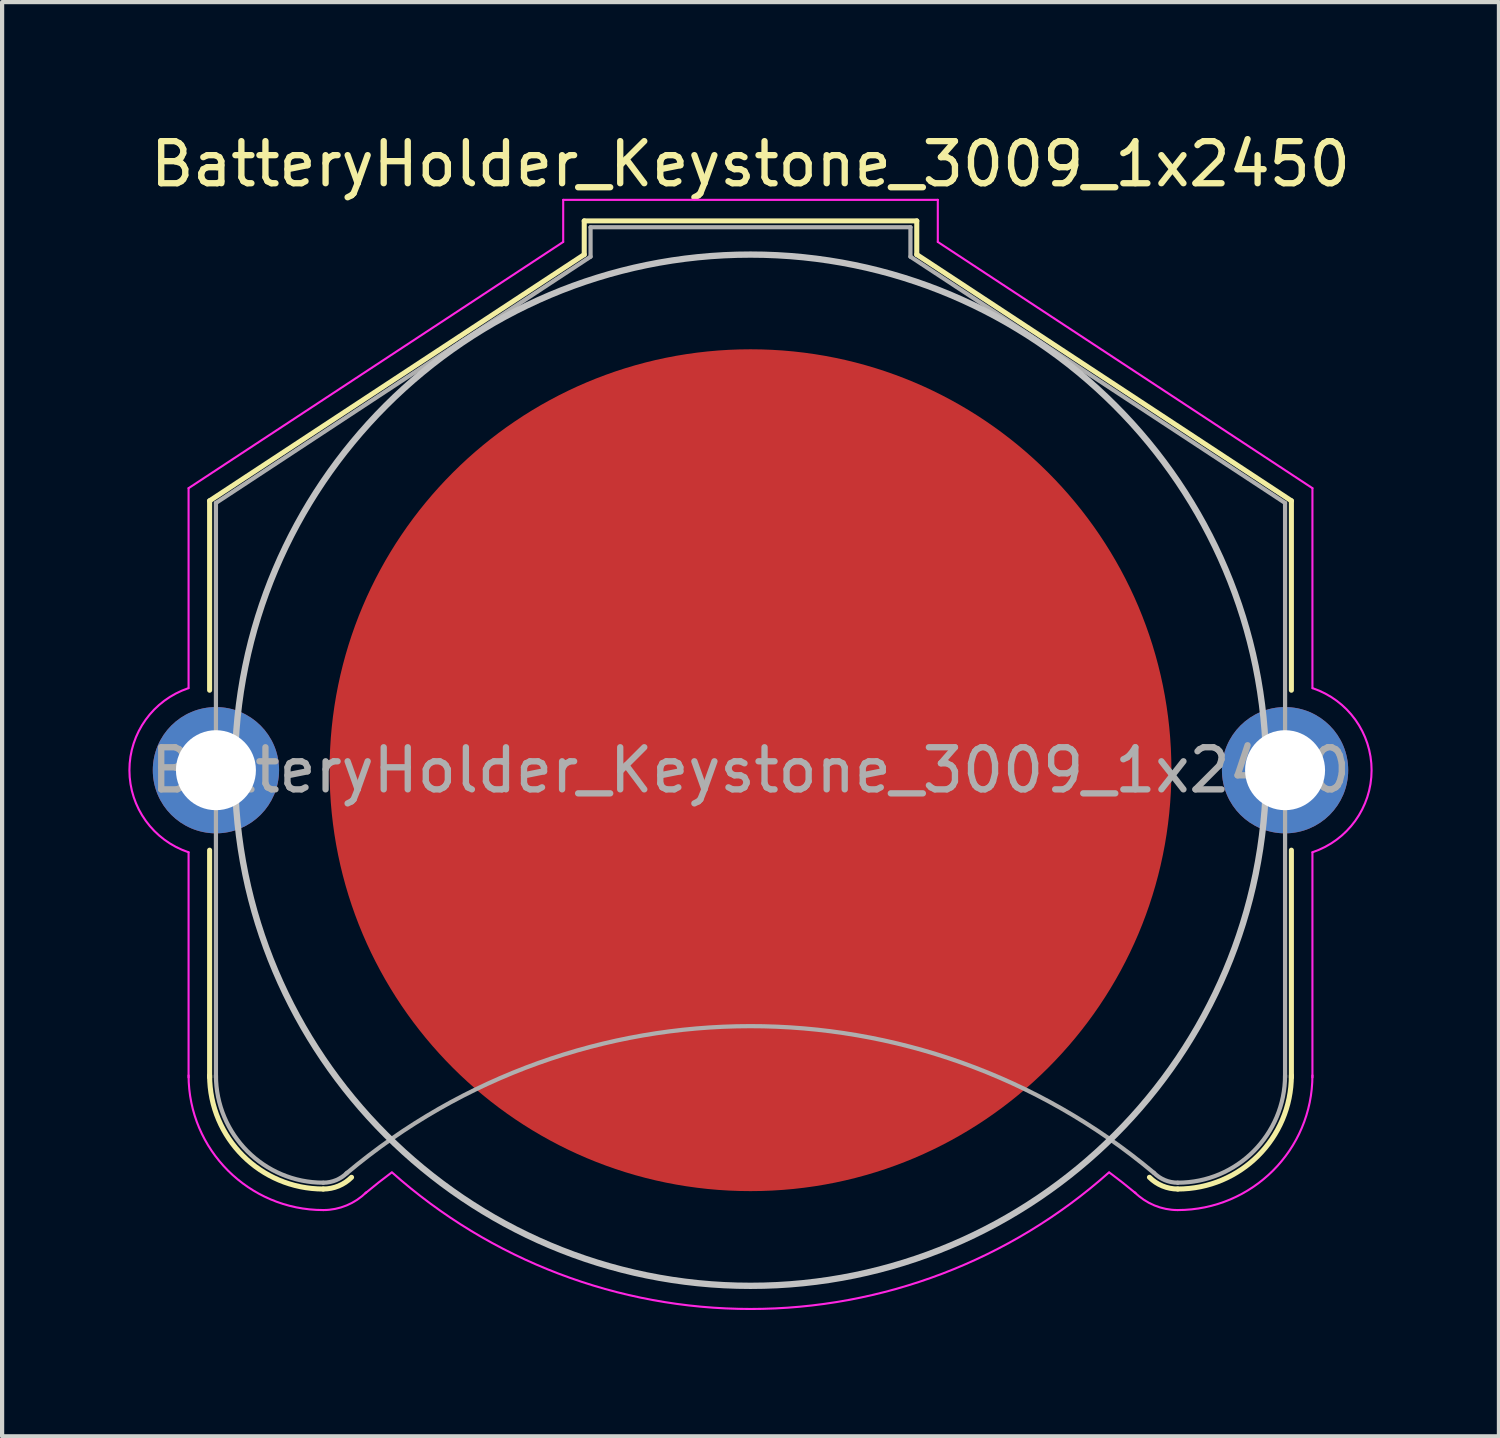
<source format=kicad_pcb>
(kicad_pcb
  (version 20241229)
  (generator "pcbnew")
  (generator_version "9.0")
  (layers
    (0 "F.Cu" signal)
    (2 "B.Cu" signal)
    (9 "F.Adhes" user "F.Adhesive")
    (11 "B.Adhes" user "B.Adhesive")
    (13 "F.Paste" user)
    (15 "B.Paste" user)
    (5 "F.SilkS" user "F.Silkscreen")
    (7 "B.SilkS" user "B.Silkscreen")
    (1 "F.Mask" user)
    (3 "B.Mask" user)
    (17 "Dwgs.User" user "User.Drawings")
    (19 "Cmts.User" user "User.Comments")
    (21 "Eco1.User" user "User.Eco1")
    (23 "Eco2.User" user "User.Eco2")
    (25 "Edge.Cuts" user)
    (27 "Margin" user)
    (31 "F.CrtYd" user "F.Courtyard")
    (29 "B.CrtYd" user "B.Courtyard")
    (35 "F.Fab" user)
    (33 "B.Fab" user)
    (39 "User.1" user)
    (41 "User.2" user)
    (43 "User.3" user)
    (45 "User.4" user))
  (footprint "BatteryHolder_Keystone_3009_1x2450"
    (layer "F.Cu")
    (at 14.78 15.248)
    (property "Reference" "BatteryHolder_Keystone_3009_1x2450" (at 0 -14.4 0) (layer "F.SilkS") (effects (font (size 1 1) (thickness 0.15))))
    (attr through_hole)
    (fp_line (start -12.85 -6.4) (end -12.85 -1.9) (stroke (width 0.12) (type solid)) (layer "F.SilkS"))
    (fp_line (start -12.85 1.9) (end -12.85 7.3) (stroke (width 0.12) (type solid)) (layer "F.SilkS"))
    (fp_line (start -3.95 -13.05) (end -3.95 -12.25) (stroke (width 0.12) (type solid)) (layer "F.SilkS"))
    (fp_line (start -3.95 -13.05) (end 3.95 -13.05) (stroke (width 0.12) (type solid)) (layer "F.SilkS"))
    (fp_line (start -3.95 -12.25) (end -12.85 -6.4) (stroke (width 0.12) (type solid)) (layer "F.SilkS"))
    (fp_line (start 3.95 -13.05) (end 3.95 -12.25) (stroke (width 0.12) (type solid)) (layer "F.SilkS"))
    (fp_line (start 3.95 -12.25) (end 12.85 -6.4) (stroke (width 0.12) (type solid)) (layer "F.SilkS"))
    (fp_line (start 12.85 -6.4) (end 12.85 -1.9) (stroke (width 0.12) (type solid)) (layer "F.SilkS"))
    (fp_line (start 12.85 1.9) (end 12.85 7.3) (stroke (width 0.12) (type solid)) (layer "F.SilkS"))
    (fp_arc (start -10.15 9.95) (mid -12.059188 9.159188) (end -12.85 7.25) (stroke (width 0.12) (type solid)) (layer "F.SilkS"))
    (fp_arc (start -9.478249 9.671751) (mid -9.786451 9.877685) (end -10.15 9.95) (stroke (width 0.12) (type solid)) (layer "F.SilkS"))
    (fp_arc (start 10.15 9.95) (mid 9.786451 9.877686) (end 9.478249 9.671751) (stroke (width 0.12) (type solid)) (layer "F.SilkS"))
    (fp_arc (start 12.85 7.25) (mid 12.059188 9.159188) (end 10.15 9.95) (stroke (width 0.12) (type solid)) (layer "F.SilkS"))
    (fp_circle (center 0 0) (end 12.25 0) (stroke (width 0.15) (type solid)) (fill no) (layer "Dwgs.User"))
    (fp_line (start -13.35 -6.7) (end -13.35 -1.95) (stroke (width 0.05) (type solid)) (layer "F.CrtYd"))
    (fp_line (start -13.35 1.95) (end -13.35 7.3) (stroke (width 0.05) (type solid)) (layer "F.CrtYd"))
    (fp_line (start -4.45 -13.55) (end -4.45 -12.55) (stroke (width 0.05) (type solid)) (layer "F.CrtYd"))
    (fp_line (start -4.45 -13.55) (end 4.45 -13.55) (stroke (width 0.05) (type solid)) (layer "F.CrtYd"))
    (fp_line (start -4.45 -12.55) (end -13.35 -6.7) (stroke (width 0.05) (type solid)) (layer "F.CrtYd"))
    (fp_line (start 4.45 -13.55) (end 4.45 -12.55) (stroke (width 0.05) (type solid)) (layer "F.CrtYd"))
    (fp_line (start 4.45 -12.55) (end 13.35 -6.7) (stroke (width 0.05) (type solid)) (layer "F.CrtYd"))
    (fp_line (start 13.35 -6.7) (end 13.35 -1.95) (stroke (width 0.05) (type solid)) (layer "F.CrtYd"))
    (fp_line (start 13.35 1.95) (end 13.35 7.3) (stroke (width 0.05) (type solid)) (layer "F.CrtYd"))
    (fp_arc (start -13.35 1.95) (mid -14.755479 0.002334) (end -13.354426 -1.948519) (stroke (width 0.05) (type solid)) (layer "F.CrtYd"))
    (fp_arc (start -10.15 10.45) (mid -12.412742 9.512742) (end -13.35 7.25) (stroke (width 0.05) (type solid)) (layer "F.CrtYd"))
    (fp_arc (start -9.15 10.05) (mid -8.840691 9.798786) (end -8.524488 9.556307) (stroke (width 0.05) (type solid)) (layer "F.CrtYd"))
    (fp_arc (start -9.124695 10.025305) (mid -9.595109 10.339626) (end -10.15 10.45) (stroke (width 0.05) (type solid)) (layer "F.CrtYd"))
    (fp_arc (start 0 12.8) (mid -4.55581 11.961797) (end -8.514949 9.556969) (stroke (width 0.05) (type solid)) (layer "F.CrtYd"))
    (fp_arc (start 8.514949 9.556969) (mid 4.55581 11.961798) (end 0 12.8) (stroke (width 0.05) (type solid)) (layer "F.CrtYd"))
    (fp_arc (start 8.524488 9.556307) (mid 8.840691 9.798786) (end 9.15 10.05) (stroke (width 0.05) (type solid)) (layer "F.CrtYd"))
    (fp_arc (start 10.15 10.45) (mid 9.595109 10.339625) (end 9.124695 10.025305) (stroke (width 0.05) (type solid)) (layer "F.CrtYd"))
    (fp_arc (start 13.35 7.25) (mid 12.412742 9.512742) (end 10.15 10.45) (stroke (width 0.05) (type solid)) (layer "F.CrtYd"))
    (fp_arc (start 13.354426 -1.948519) (mid 14.755479 0.002334) (end 13.35 1.95) (stroke (width 0.05) (type solid)) (layer "F.CrtYd"))
    (fp_line (start -12.7 -6.35) (end -12.7 7.3) (stroke (width 0.1) (type solid)) (layer "F.Fab"))
    (fp_line (start -3.8 -12.9) (end -3.8 -12.2) (stroke (width 0.1) (type solid)) (layer "F.Fab"))
    (fp_line (start -3.8 -12.9) (end 3.8 -12.9) (stroke (width 0.1) (type solid)) (layer "F.Fab"))
    (fp_line (start -3.8 -12.2) (end -12.7 -6.35) (stroke (width 0.1) (type solid)) (layer "F.Fab"))
    (fp_line (start 3.8 -12.9) (end 3.8 -12.2) (stroke (width 0.1) (type solid)) (layer "F.Fab"))
    (fp_line (start 3.8 -12.2) (end 12.7 -6.35) (stroke (width 0.1) (type solid)) (layer "F.Fab"))
    (fp_line (start 12.7 -6.35) (end 12.7 7.3) (stroke (width 0.1) (type solid)) (layer "F.Fab"))
    (fp_arc (start -10.15 9.8) (mid -11.953122 9.053122) (end -12.7 7.25) (stroke (width 0.1) (type solid)) (layer "F.Fab"))
    (fp_arc (start -9.6 9.58) (mid -0.013392 6.081011) (end 9.579482 9.562783) (stroke (width 0.1) (type solid)) (layer "F.Fab"))
    (fp_arc (start -9.584315 9.565685) (mid -9.843853 9.739103) (end -10.15 9.8) (stroke (width 0.1) (type solid)) (layer "F.Fab"))
    (fp_arc (start 10.15 9.8) (mid 9.843853 9.739104) (end 9.584315 9.565685) (stroke (width 0.1) (type solid)) (layer "F.Fab"))
    (fp_arc (start 12.7 7.25) (mid 11.953122 9.053122) (end 10.15 9.8) (stroke (width 0.1) (type solid)) (layer "F.Fab"))
    (fp_text user "${REFERENCE}" (at 0 0 0) (layer "F.Fab") (effects (font (size 1 1) (thickness 0.15))))
    (pad "1" thru_hole circle (at -12.7 0) (size 3 3) (drill 1.9) (layers "*.Cu" "*.Mask"))
    (pad "1" thru_hole circle (at 12.7 0) (size 3 3) (drill 1.9) (layers "*.Cu" "*.Mask"))
    (pad "2" smd circle (at 0 0) (size 20 20) (layers "F.Cu" "F.Mask")))
  (gr_rect
    (start -3 -3)
    (end 32.561 31.073)
    (stroke (width 0.1) (type default))
    (fill no)
    (layer "Edge.Cuts")))
</source>
